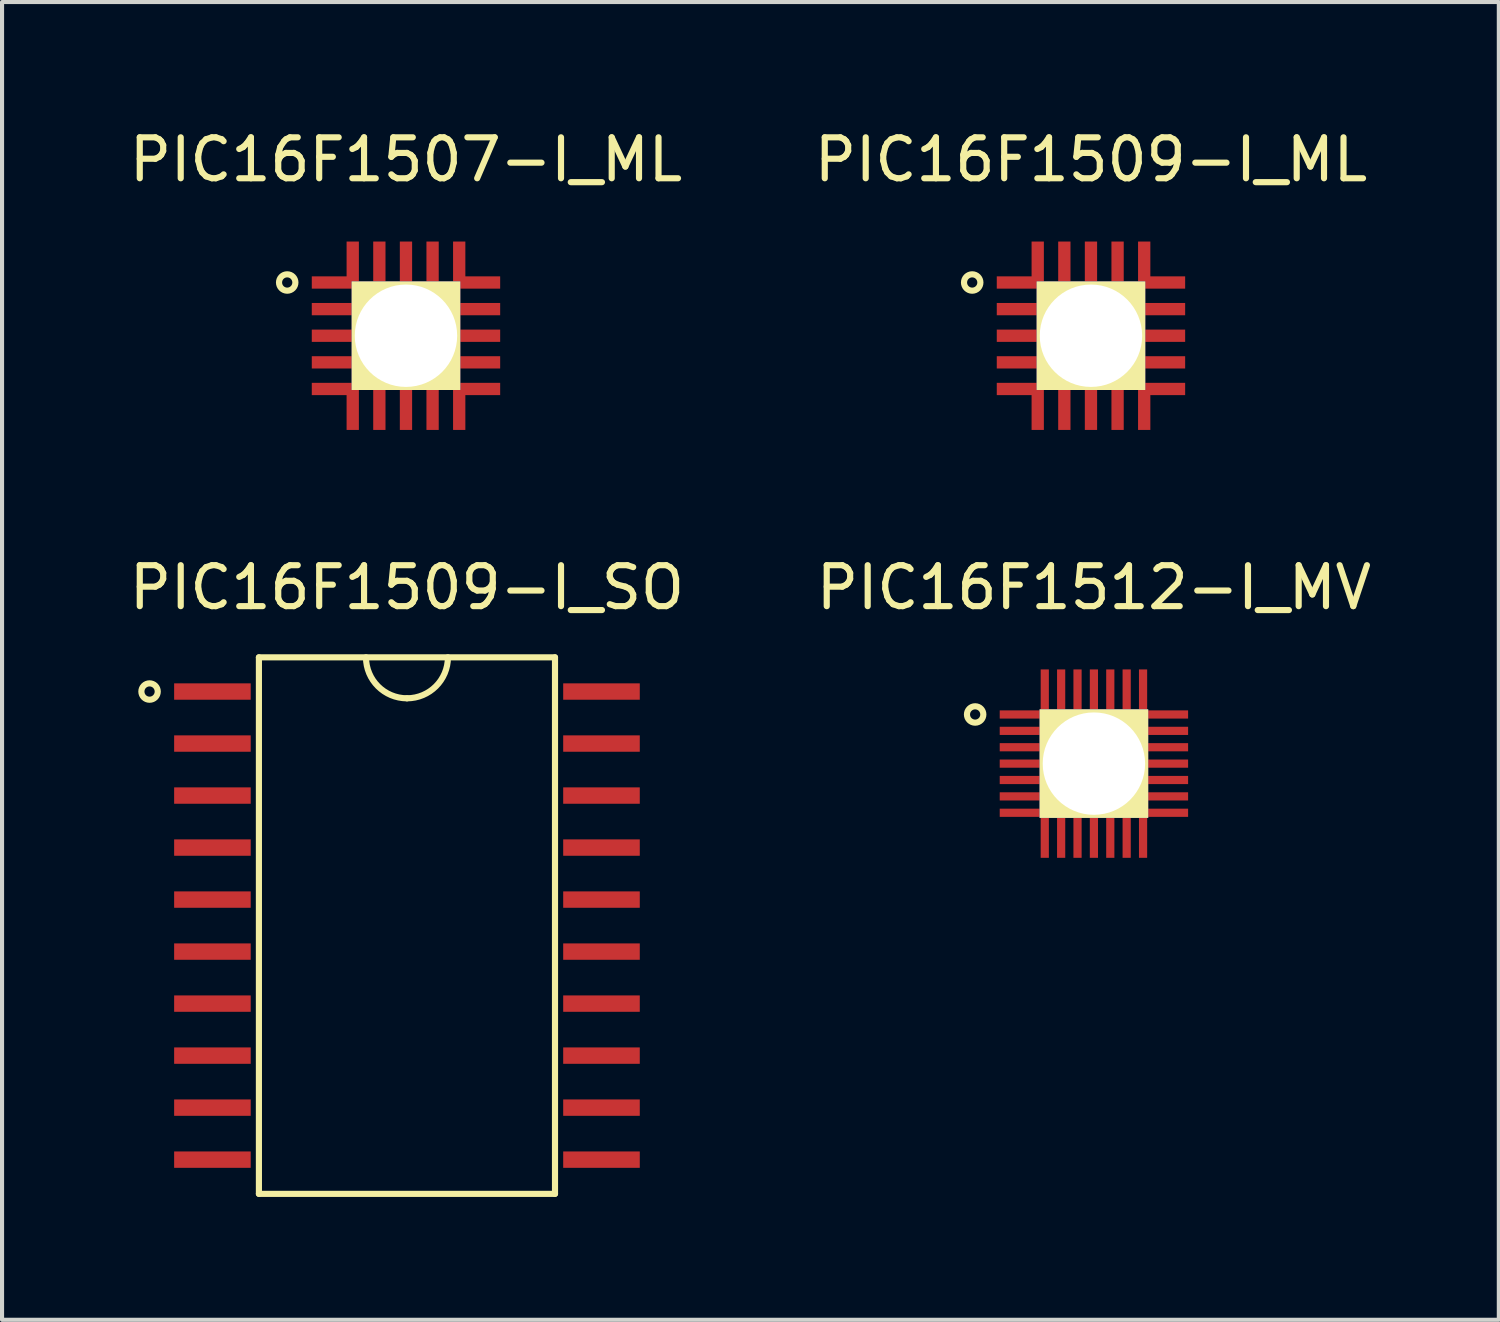
<source format=kicad_pcb>
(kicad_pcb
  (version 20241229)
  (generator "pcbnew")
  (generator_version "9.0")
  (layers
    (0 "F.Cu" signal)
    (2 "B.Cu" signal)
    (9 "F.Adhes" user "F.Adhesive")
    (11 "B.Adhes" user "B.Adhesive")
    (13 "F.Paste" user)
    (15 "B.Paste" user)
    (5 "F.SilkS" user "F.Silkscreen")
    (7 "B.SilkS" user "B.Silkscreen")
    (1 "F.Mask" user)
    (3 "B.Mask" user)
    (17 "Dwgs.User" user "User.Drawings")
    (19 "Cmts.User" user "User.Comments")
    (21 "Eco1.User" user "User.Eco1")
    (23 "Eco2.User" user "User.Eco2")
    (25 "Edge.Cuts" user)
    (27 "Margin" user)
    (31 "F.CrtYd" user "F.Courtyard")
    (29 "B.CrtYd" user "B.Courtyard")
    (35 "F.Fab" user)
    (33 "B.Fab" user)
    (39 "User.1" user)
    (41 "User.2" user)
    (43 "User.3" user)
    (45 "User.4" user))
  (footprint "PIC16F1509-I_SO"
    (layer "F.Cu")
    (at 2.137 13.836)
    (property "Reference" "PIC16F1509-I_SO" (at 4.75 -2.54 0) (layer "F.SilkS") (effects (font (size 1 1) (thickness 0.15))))
    (attr through_hole)
    (fp_line (start 1.135 -0.835) (end 8.365 -0.835) (stroke (width 0.15) (type solid)) (layer "F.SilkS"))
    (fp_line (start 1.135 12.265) (end 1.135 -0.835) (stroke (width 0.15) (type solid)) (layer "F.SilkS"))
    (fp_line (start 8.365 -0.835) (end 8.365 12.265) (stroke (width 0.15) (type solid)) (layer "F.SilkS"))
    (fp_line (start 8.365 12.265) (end 1.135 12.265) (stroke (width 0.15) (type solid)) (layer "F.SilkS"))
    (fp_arc (start 4.75 0.165) (mid 4.042893 -0.127893) (end 3.75 -0.835) (stroke (width 0.15) (type solid)) (layer "F.SilkS"))
    (fp_arc (start 5.75 -0.835) (mid 5.457107 -0.127893) (end 4.75 0.165) (stroke (width 0.15) (type solid)) (layer "F.SilkS"))
    (fp_circle (center -1.535 0) (end -1.535 0.2) (stroke (width 0.15) (type solid)) (fill no) (layer "F.SilkS"))
    (pad "1" smd rect (at 0 0) (size 1.87 0.4) (layers "F.Cu" "F.Mask" "F.Paste"))
    (pad "2" smd rect (at 0 1.27) (size 1.87 0.4) (layers "F.Cu" "F.Mask" "F.Paste"))
    (pad "3" smd rect (at 0 2.54) (size 1.87 0.4) (layers "F.Cu" "F.Mask" "F.Paste"))
    (pad "4" smd rect (at 0 3.81) (size 1.87 0.4) (layers "F.Cu" "F.Mask" "F.Paste"))
    (pad "5" smd rect (at 0 5.08) (size 1.87 0.4) (layers "F.Cu" "F.Mask" "F.Paste"))
    (pad "6" smd rect (at 0 6.35) (size 1.87 0.4) (layers "F.Cu" "F.Mask" "F.Paste"))
    (pad "7" smd rect (at 0 7.62) (size 1.87 0.4) (layers "F.Cu" "F.Mask" "F.Paste"))
    (pad "8" smd rect (at 0 8.89) (size 1.87 0.4) (layers "F.Cu" "F.Mask" "F.Paste"))
    (pad "9" smd rect (at 0 10.16) (size 1.87 0.4) (layers "F.Cu" "F.Mask" "F.Paste"))
    (pad "10" smd rect (at 0 11.43) (size 1.87 0.4) (layers "F.Cu" "F.Mask" "F.Paste"))
    (pad "11" smd rect (at 9.5 11.43) (size 1.87 0.4) (layers "F.Cu" "F.Mask" "F.Paste"))
    (pad "12" smd rect (at 9.5 10.16) (size 1.87 0.4) (layers "F.Cu" "F.Mask" "F.Paste"))
    (pad "13" smd rect (at 9.5 8.89) (size 1.87 0.4) (layers "F.Cu" "F.Mask" "F.Paste"))
    (pad "14" smd rect (at 9.5 7.62) (size 1.87 0.4) (layers "F.Cu" "F.Mask" "F.Paste"))
    (pad "15" smd rect (at 9.5 6.35) (size 1.87 0.4) (layers "F.Cu" "F.Mask" "F.Paste"))
    (pad "16" smd rect (at 9.5 5.08) (size 1.87 0.4) (layers "F.Cu" "F.Mask" "F.Paste"))
    (pad "17" smd rect (at 9.5 3.81) (size 1.87 0.4) (layers "F.Cu" "F.Mask" "F.Paste"))
    (pad "18" smd rect (at 9.5 2.54) (size 1.87 0.4) (layers "F.Cu" "F.Mask" "F.Paste"))
    (pad "19" smd rect (at 9.5 1.27) (size 1.87 0.4) (layers "F.Cu" "F.Mask" "F.Paste"))
    (pad "20" smd rect (at 9.5 0) (size 1.87 0.4) (layers "F.Cu" "F.Mask" "F.Paste")))
  (footprint "PIC16F1507-I_ML"
    (layer "F.Cu")
    (at 5.063 3.348)
    (property "Reference" "PIC16F1507-I_ML" (at 1.8 -2.5 0) (layer "F.SilkS") (effects (font (size 1 1) (thickness 0.15))))
    (attr through_hole)
    (fp_line (start 0.7 0.7) (end 0.7 2.9) (stroke (width 0.15) (type solid)) (layer "F.SilkS"))
    (fp_line (start 0.7 0.7) (end 2.9 0.7) (stroke (width 0.15) (type solid)) (layer "F.SilkS"))
    (fp_line (start 0.7 2.9) (end 2.9 2.9) (stroke (width 0.15) (type solid)) (layer "F.SilkS"))
    (fp_line (start 2.9 2.9) (end 2.9 0.7) (stroke (width 0.15) (type solid)) (layer "F.SilkS"))
    (fp_circle (center -1.1 0.5) (end -1.1 0.3) (stroke (width 0.15) (type solid)) (fill no) (layer "F.SilkS"))
    (fp_circle (center 1.7 1.7) (end 1.7 1.2) (stroke (width 0.15) (type solid)) (fill no) (layer "F.SilkS"))
    (pad "1" smd rect (at 0 0.5) (size 1 0.3) (layers "F.Cu" "F.Mask" "F.Paste"))
    (pad "2" smd rect (at 0 1.15) (size 1 0.3) (layers "F.Cu" "F.Mask" "F.Paste"))
    (pad "3" smd rect (at 0 1.8) (size 1 0.3) (layers "F.Cu" "F.Mask" "F.Paste"))
    (pad "4" smd rect (at 0 2.45) (size 1 0.3) (layers "F.Cu" "F.Mask" "F.Paste"))
    (pad "5" smd rect (at 0 3.1) (size 1 0.3) (layers "F.Cu" "F.Mask" "F.Paste"))
    (pad "6" smd rect (at 0.5 3.6) (size 0.3 1) (layers "F.Cu" "F.Mask" "F.Paste"))
    (pad "7" smd rect (at 1.15 3.6) (size 0.3 1) (layers "F.Cu" "F.Mask" "F.Paste"))
    (pad "8" smd rect (at 1.8 3.6) (size 0.3 1) (layers "F.Cu" "F.Mask" "F.Paste"))
    (pad "9" smd rect (at 2.45 3.6) (size 0.3 1) (layers "F.Cu" "F.Mask" "F.Paste"))
    (pad "10" smd rect (at 3.1 3.6) (size 0.3 1) (layers "F.Cu" "F.Mask" "F.Paste"))
    (pad "11" smd rect (at 3.6 3.1) (size 1 0.3) (layers "F.Cu" "F.Mask" "F.Paste"))
    (pad "12" smd rect (at 3.6 2.45) (size 1 0.3) (layers "F.Cu" "F.Mask" "F.Paste"))
    (pad "13" smd rect (at 3.6 1.8) (size 1 0.3) (layers "F.Cu" "F.Mask" "F.Paste"))
    (pad "14" smd rect (at 3.6 1.15) (size 1 0.3) (layers "F.Cu" "F.Mask" "F.Paste"))
    (pad "15" smd rect (at 3.6 0.5) (size 1 0.3) (layers "F.Cu" "F.Mask" "F.Paste"))
    (pad "16" smd rect (at 3.1 0) (size 0.3 1) (layers "F.Cu" "F.Mask" "F.Paste"))
    (pad "17" smd rect (at 2.45 0) (size 0.3 1) (layers "F.Cu" "F.Mask" "F.Paste"))
    (pad "18" smd rect (at 1.8 0) (size 0.3 1) (layers "F.Cu" "F.Mask" "F.Paste"))
    (pad "19" smd rect (at 1.15 0) (size 0.3 1) (layers "F.Cu" "F.Mask" "F.Paste"))
    (pad "20" smd rect (at 0.5 0) (size 0.3 1) (layers "F.Cu" "F.Mask" "F.Paste"))
    (pad "999" thru_hole rect (at 1.8 1.8) (size 2.65 2.65) (drill 2.5) (layers "*.Cu" "*.Mask" "F.SilkS")))
  (footprint "PIC16F1509-I_ML"
    (layer "F.Cu")
    (at 21.789 3.348)
    (property "Reference" "PIC16F1509-I_ML" (at 1.8 -2.5 0) (layer "F.SilkS") (effects (font (size 1 1) (thickness 0.15))))
    (attr through_hole)
    (fp_line (start 0.7 0.7) (end 0.7 2.9) (stroke (width 0.15) (type solid)) (layer "F.SilkS"))
    (fp_line (start 0.7 0.7) (end 2.9 0.7) (stroke (width 0.15) (type solid)) (layer "F.SilkS"))
    (fp_line (start 0.7 2.9) (end 2.9 2.9) (stroke (width 0.15) (type solid)) (layer "F.SilkS"))
    (fp_line (start 2.9 2.9) (end 2.9 0.7) (stroke (width 0.15) (type solid)) (layer "F.SilkS"))
    (fp_circle (center -1.1 0.5) (end -1.1 0.3) (stroke (width 0.15) (type solid)) (fill no) (layer "F.SilkS"))
    (fp_circle (center 1.7 1.7) (end 1.7 1.2) (stroke (width 0.15) (type solid)) (fill no) (layer "F.SilkS"))
    (pad "1" smd rect (at 0 0.5) (size 1 0.3) (layers "F.Cu" "F.Mask" "F.Paste"))
    (pad "2" smd rect (at 0 1.15) (size 1 0.3) (layers "F.Cu" "F.Mask" "F.Paste"))
    (pad "3" smd rect (at 0 1.8) (size 1 0.3) (layers "F.Cu" "F.Mask" "F.Paste"))
    (pad "4" smd rect (at 0 2.45) (size 1 0.3) (layers "F.Cu" "F.Mask" "F.Paste"))
    (pad "5" smd rect (at 0 3.1) (size 1 0.3) (layers "F.Cu" "F.Mask" "F.Paste"))
    (pad "6" smd rect (at 0.5 3.6) (size 0.3 1) (layers "F.Cu" "F.Mask" "F.Paste"))
    (pad "7" smd rect (at 1.15 3.6) (size 0.3 1) (layers "F.Cu" "F.Mask" "F.Paste"))
    (pad "8" smd rect (at 1.8 3.6) (size 0.3 1) (layers "F.Cu" "F.Mask" "F.Paste"))
    (pad "9" smd rect (at 2.45 3.6) (size 0.3 1) (layers "F.Cu" "F.Mask" "F.Paste"))
    (pad "10" smd rect (at 3.1 3.6) (size 0.3 1) (layers "F.Cu" "F.Mask" "F.Paste"))
    (pad "11" smd rect (at 3.6 3.1) (size 1 0.3) (layers "F.Cu" "F.Mask" "F.Paste"))
    (pad "12" smd rect (at 3.6 2.45) (size 1 0.3) (layers "F.Cu" "F.Mask" "F.Paste"))
    (pad "13" smd rect (at 3.6 1.8) (size 1 0.3) (layers "F.Cu" "F.Mask" "F.Paste"))
    (pad "14" smd rect (at 3.6 1.15) (size 1 0.3) (layers "F.Cu" "F.Mask" "F.Paste"))
    (pad "15" smd rect (at 3.6 0.5) (size 1 0.3) (layers "F.Cu" "F.Mask" "F.Paste"))
    (pad "16" smd rect (at 3.1 0) (size 0.3 1) (layers "F.Cu" "F.Mask" "F.Paste"))
    (pad "17" smd rect (at 2.45 0) (size 0.3 1) (layers "F.Cu" "F.Mask" "F.Paste"))
    (pad "18" smd rect (at 1.8 0) (size 0.3 1) (layers "F.Cu" "F.Mask" "F.Paste"))
    (pad "19" smd rect (at 1.15 0) (size 0.3 1) (layers "F.Cu" "F.Mask" "F.Paste"))
    (pad "20" smd rect (at 0.5 0) (size 0.3 1) (layers "F.Cu" "F.Mask" "F.Paste"))
    (pad "999" thru_hole rect (at 1.8 1.8) (size 2.65 2.65) (drill 2.5) (layers "*.Cu" "*.Mask" "F.SilkS")))
  (footprint "PIC16F1512-I_MV"
    (layer "F.Cu")
    (at 21.861 13.796)
    (property "Reference" "PIC16F1512-I_MV" (at 1.8 -2.5 0) (layer "F.SilkS") (effects (font (size 1 1) (thickness 0.15))))
    (attr through_hole)
    (fp_line (start 0.7 0.7) (end 0.7 2.9) (stroke (width 0.15) (type solid)) (layer "F.SilkS"))
    (fp_line (start 0.7 0.7) (end 2.9 0.7) (stroke (width 0.15) (type solid)) (layer "F.SilkS"))
    (fp_line (start 0.7 2.9) (end 2.9 2.9) (stroke (width 0.15) (type solid)) (layer "F.SilkS"))
    (fp_line (start 2.9 2.9) (end 2.9 0.7) (stroke (width 0.15) (type solid)) (layer "F.SilkS"))
    (fp_circle (center -1.1 0.6) (end -1.1 0.4) (stroke (width 0.15) (type solid)) (fill no) (layer "F.SilkS"))
    (fp_circle (center 1.7 1.7) (end 1.7 1.2) (stroke (width 0.15) (type solid)) (fill no) (layer "F.SilkS"))
    (pad "1" smd rect (at 0 0.6) (size 1 0.2) (layers "F.Cu" "F.Mask" "F.Paste"))
    (pad "2" smd rect (at 0 1) (size 1 0.2) (layers "F.Cu" "F.Mask" "F.Paste"))
    (pad "3" smd rect (at 0 1.4) (size 1 0.2) (layers "F.Cu" "F.Mask" "F.Paste"))
    (pad "4" smd rect (at 0 1.8) (size 1 0.2) (layers "F.Cu" "F.Mask" "F.Paste"))
    (pad "5" smd rect (at 0 2.2) (size 1 0.2) (layers "F.Cu" "F.Mask" "F.Paste"))
    (pad "6" smd rect (at 0 2.6) (size 1 0.2) (layers "F.Cu" "F.Mask" "F.Paste"))
    (pad "7" smd rect (at 0 3) (size 1 0.2) (layers "F.Cu" "F.Mask" "F.Paste"))
    (pad "8" smd rect (at 0.6 3.6) (size 0.2 1) (layers "F.Cu" "F.Mask" "F.Paste"))
    (pad "9" smd rect (at 1 3.6) (size 0.2 1) (layers "F.Cu" "F.Mask" "F.Paste"))
    (pad "10" smd rect (at 1.4 3.6) (size 0.2 1) (layers "F.Cu" "F.Mask" "F.Paste"))
    (pad "11" smd rect (at 1.8 3.6) (size 0.2 1) (layers "F.Cu" "F.Mask" "F.Paste"))
    (pad "12" smd rect (at 2.2 3.6) (size 0.2 1) (layers "F.Cu" "F.Mask" "F.Paste"))
    (pad "13" smd rect (at 2.6 3.6) (size 0.2 1) (layers "F.Cu" "F.Mask" "F.Paste"))
    (pad "14" smd rect (at 3 3.6) (size 0.2 1) (layers "F.Cu" "F.Mask" "F.Paste"))
    (pad "15" smd rect (at 3.6 3) (size 1 0.2) (layers "F.Cu" "F.Mask" "F.Paste"))
    (pad "16" smd rect (at 3.6 2.6) (size 1 0.2) (layers "F.Cu" "F.Mask" "F.Paste"))
    (pad "17" smd rect (at 3.6 2.2) (size 1 0.2) (layers "F.Cu" "F.Mask" "F.Paste"))
    (pad "18" smd rect (at 3.6 1.8) (size 1 0.2) (layers "F.Cu" "F.Mask" "F.Paste"))
    (pad "19" smd rect (at 3.6 1.4) (size 1 0.2) (layers "F.Cu" "F.Mask" "F.Paste"))
    (pad "20" smd rect (at 3.6 1) (size 1 0.2) (layers "F.Cu" "F.Mask" "F.Paste"))
    (pad "21" smd rect (at 3.6 0.6) (size 1 0.2) (layers "F.Cu" "F.Mask" "F.Paste"))
    (pad "22" smd rect (at 3 0) (size 0.2 1) (layers "F.Cu" "F.Mask" "F.Paste"))
    (pad "23" smd rect (at 2.6 0) (size 0.2 1) (layers "F.Cu" "F.Mask" "F.Paste"))
    (pad "24" smd rect (at 2.2 0) (size 0.2 1) (layers "F.Cu" "F.Mask" "F.Paste"))
    (pad "25" smd rect (at 1.8 0) (size 0.2 1) (layers "F.Cu" "F.Mask" "F.Paste"))
    (pad "26" smd rect (at 1.4 0) (size 0.2 1) (layers "F.Cu" "F.Mask" "F.Paste"))
    (pad "27" smd rect (at 1 0) (size 0.2 1) (layers "F.Cu" "F.Mask" "F.Paste"))
    (pad "28" smd rect (at 0.6 0) (size 0.2 1) (layers "F.Cu" "F.Mask" "F.Paste"))
    (pad "999" thru_hole rect (at 1.8 1.8) (size 2.65 2.65) (drill 2.5) (layers "*.Cu" "*.Mask" "F.SilkS")))
  (gr_rect
    (start -3 -3)
    (end 33.548 29.177)
    (stroke (width 0.1) (type default))
    (fill no)
    (layer "Edge.Cuts")))
</source>
